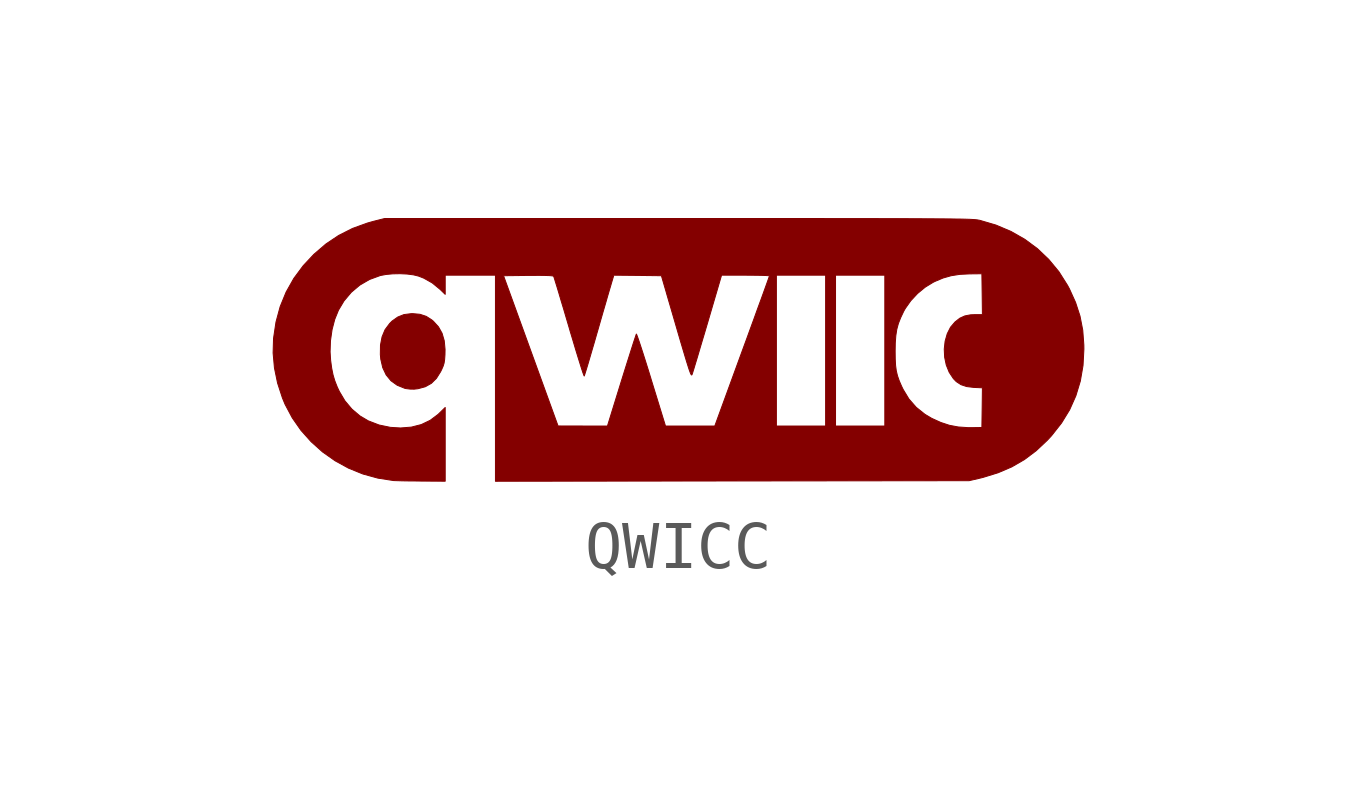
<source format=kicad_sym>
(kicad_symbol_lib
  (version 20231120)
  (generator "kicad_symbol_editor")
  (generator_version "8.0")
  (symbol "QWICC"
    (pin_names
      (offset 1.016))
    (property "Reference" "G"
      (at 0 3.81 0)
      (effects (font (size 1.27 1.27)) (hide yes)))
    (symbol "QWICC_0_0"
      (polyline (pts (xy -5.433 -0.845) (xy -5.281 -0.804) (xy -5.154 -0.733) (xy -5.049 -0.629) (xy -4.961 -0.489) (xy -4.939 -0.444) (xy -4.908 -0.373) (xy -4.889 -0.31) (xy -4.878 -0.236) (xy -4.871 -0.138) (xy -4.869 -0.027) (xy -4.886 0.154) (xy -4.931 0.309) (xy -5.006 0.443) (xy -5.112 0.56) (xy -5.143 0.586) (xy -5.261 0.662) (xy -5.391 0.705) (xy -5.544 0.719) (xy -5.577 0.718) (xy -5.726 0.699) (xy -5.854 0.648) (xy -5.971 0.565) (xy -6.024 0.512) (xy -6.119 0.384) (xy -6.181 0.236) (xy -6.214 0.065) (xy -6.217 -0.133) (xy -6.208 -0.23) (xy -6.167 -0.407) (xy -6.096 -0.557) (xy -5.996 -0.679) (xy -5.867 -0.772) (xy -5.71 -0.836) (xy -5.684 -0.842) (xy -5.596 -0.853) (xy -5.511 -0.854) (xy -5.433 -0.845)) (stroke (width 0.01) (type default)) (fill (type outline)))
      (polyline (pts (xy 1.114 -2.767) (xy 6.047 -2.761) (xy 6.246 -2.715) (xy 6.337 -2.693) (xy 6.651 -2.596) (xy 6.936 -2.474) (xy 7.199 -2.322) (xy 7.444 -2.138) (xy 7.676 -1.92) (xy 7.765 -1.824) (xy 7.973 -1.56) (xy 8.142 -1.284) (xy 8.272 -0.992) (xy 8.365 -0.685) (xy 8.421 -0.361) (xy 8.439 -0.02) (xy 8.438 0.066) (xy 8.415 0.375) (xy 8.358 0.668) (xy 8.266 0.951) (xy 8.138 1.234) (xy 8.097 1.31) (xy 7.918 1.593) (xy 7.708 1.847) (xy 7.471 2.073) (xy 7.207 2.268) (xy 6.919 2.432) (xy 6.607 2.564) (xy 6.273 2.662) (xy 6.259 2.665) (xy 6.24 2.668) (xy 6.219 2.672) (xy 6.193 2.675) (xy 6.162 2.678) (xy 6.123 2.68) (xy 6.075 2.683) (xy 6.018 2.685) (xy 5.949 2.687) (xy 5.867 2.689) (xy 5.771 2.69) (xy 5.659 2.692) (xy 5.53 2.693) (xy 5.382 2.694) (xy 5.215 2.695) (xy 5.026 2.696) (xy 4.815 2.697) (xy 4.579 2.698) (xy 4.318 2.698) (xy 4.03 2.699) (xy 3.713 2.699) (xy 3.367 2.699) (xy 2.989 2.7) (xy 2.579 2.7) (xy 2.135 2.7) (xy 1.655 2.7) (xy 1.139 2.7) (xy 0.584 2.7) (xy -0.01 2.7) (xy -6.129 2.7) (xy -6.351 2.644) (xy -6.484 2.607) (xy -6.796 2.494) (xy -7.085 2.348) (xy -7.352 2.169) (xy -7.602 1.954) (xy -7.823 1.718) (xy -8.02 1.452) (xy -8.18 1.168) (xy -8.304 0.865) (xy -8.391 0.544) (xy -8.442 0.203) (xy -8.451 -0.1) (xy -8.423 -0.412) (xy -8.358 -0.727) (xy -8.257 -1.037) (xy -8.202 -1.17) (xy -8.052 -1.452) (xy -7.87 -1.713) (xy -7.658 -1.95) (xy -7.42 -2.163) (xy -7.159 -2.347) (xy -6.878 -2.501) (xy -6.58 -2.622) (xy -6.267 -2.708) (xy -5.944 -2.758) (xy -5.922 -2.759) (xy -5.857 -2.761) (xy -5.761 -2.764) (xy -5.643 -2.766) (xy -5.508 -2.767) (xy -5.364 -2.769) (xy -4.866 -2.772) (xy -4.866 -2.004) (xy -4.866 -1.236) (xy -4.988 -1.355) (xy -5.014 -1.38) (xy -5.178 -1.503) (xy -5.364 -1.592) (xy -5.571 -1.645) (xy -5.796 -1.663) (xy -6.009 -1.65) (xy -6.244 -1.601) (xy -6.468 -1.515) (xy -6.642 -1.412) (xy -6.81 -1.27) (xy -6.955 -1.098) (xy -7.071 -0.903) (xy -7.116 -0.807) (xy -7.166 -0.68) (xy -7.203 -0.555) (xy -7.231 -0.417) (xy -7.253 -0.252) (xy -7.264 -0.077) (xy -7.256 0.155) (xy -7.223 0.385) (xy -7.167 0.6) (xy -7.09 0.79) (xy -6.974 0.984) (xy -6.822 1.164) (xy -6.645 1.313) (xy -6.444 1.43) (xy -6.22 1.512) (xy -6.217 1.513) (xy -6.099 1.535) (xy -5.959 1.548) (xy -5.808 1.551) (xy -5.66 1.544) (xy -5.527 1.527) (xy -5.421 1.501) (xy -5.312 1.458) (xy -5.135 1.358) (xy -4.974 1.226) (xy -4.866 1.121) (xy -4.866 1.32) (xy -4.866 1.52) (xy -4.343 1.52) (xy -3.819 1.52) (xy -3.819 1.509) (xy -3.651 1.509) (xy -3.136 1.515) (xy -3.073 1.515) (xy -2.905 1.516) (xy -2.776 1.514) (xy -2.685 1.511) (xy -2.629 1.505) (xy -2.607 1.498) (xy -2.605 1.493) (xy -2.592 1.454) (xy -2.57 1.382) (xy -2.538 1.279) (xy -2.499 1.15) (xy -2.454 0.997) (xy -2.402 0.826) (xy -2.347 0.639) (xy -2.288 0.44) (xy -2.263 0.353) (xy -2.205 0.161) (xy -2.152 -0.017) (xy -2.103 -0.177) (xy -2.06 -0.315) (xy -2.025 -0.428) (xy -1.997 -0.512) (xy -1.978 -0.564) (xy -1.97 -0.58) (xy -1.965 -0.568) (xy -1.95 -0.52) (xy -1.925 -0.44) (xy -1.892 -0.331) (xy -1.853 -0.198) (xy -1.808 -0.044) (xy -1.758 0.126) (xy -1.706 0.308) (xy -1.675 0.414) (xy -1.622 0.6) (xy -1.571 0.777) (xy -1.523 0.941) (xy -1.482 1.084) (xy -1.447 1.204) (xy -1.42 1.294) (xy -1.404 1.35) (xy -1.353 1.52) (xy -0.857 1.515) (xy -0.362 1.509) (xy -0.263 1.17) (xy -0.246 1.11) (xy -0.159 0.813) (xy -0.083 0.552) (xy -0.017 0.325) (xy 0.04 0.13) (xy 0.089 -0.034) (xy 0.13 -0.172) (xy 0.164 -0.284) (xy 0.192 -0.373) (xy 0.214 -0.442) (xy 0.232 -0.492) (xy 0.245 -0.527) (xy 0.256 -0.548) (xy 0.263 -0.558) (xy 0.269 -0.559) (xy 0.274 -0.553) (xy 0.279 -0.543) (xy 0.28 -0.539) (xy 0.293 -0.499) (xy 0.316 -0.425) (xy 0.347 -0.321) (xy 0.387 -0.19) (xy 0.432 -0.037) (xy 0.483 0.135) (xy 0.539 0.322) (xy 0.597 0.518) (xy 0.891 1.52) (xy 1.39 1.52) (xy 1.492 1.519) (xy 1.62 1.518) (xy 1.729 1.516) (xy 1.814 1.513) (xy 1.869 1.51) (xy 1.889 1.506) (xy 1.888 1.502) (xy 1.875 1.465) (xy 1.85 1.394) (xy 1.813 1.291) (xy 1.766 1.16) (xy 1.709 1.003) (xy 1.643 0.824) (xy 1.571 0.624) (xy 1.492 0.408) (xy 1.408 0.177) (xy 1.319 -0.065) (xy 0.75 -1.622) (xy 2.033 -1.622) (xy 2.033 -0.051) (xy 2.033 1.52) (xy 2.546 1.52) (xy 3.059 1.52) (xy 3.059 -0.051) (xy 3.059 -1.622) (xy 3.265 -1.622) (xy 3.265 -0.051) (xy 3.265 1.52) (xy 3.778 1.52) (xy 4.292 1.52) (xy 4.292 -0.051) (xy 4.292 -0.062) (xy 4.507 -0.062) (xy 4.51 0.109) (xy 4.521 0.26) (xy 4.541 0.39) (xy 4.574 0.512) (xy 4.622 0.634) (xy 4.686 0.769) (xy 4.719 0.827) (xy 4.833 0.988) (xy 4.974 1.139) (xy 5.133 1.27) (xy 5.298 1.371) (xy 5.334 1.389) (xy 5.505 1.461) (xy 5.674 1.509) (xy 5.853 1.537) (xy 6.057 1.547) (xy 6.314 1.55) (xy 6.32 1.124) (xy 6.325 0.698) (xy 6.166 0.698) (xy 6.076 0.694) (xy 5.958 0.671) (xy 5.855 0.624) (xy 5.756 0.547) (xy 5.661 0.436) (xy 5.592 0.299) (xy 5.548 0.144) (xy 5.53 -0.02) (xy 5.538 -0.188) (xy 5.572 -0.351) (xy 5.633 -0.502) (xy 5.72 -0.634) (xy 5.781 -0.697) (xy 5.879 -0.761) (xy 5.997 -0.8) (xy 6.144 -0.818) (xy 6.325 -0.826) (xy 6.32 -1.24) (xy 6.314 -1.653) (xy 6.119 -1.656) (xy 6.024 -1.656) (xy 5.821 -1.642) (xy 5.636 -1.607) (xy 5.457 -1.548) (xy 5.268 -1.462) (xy 5.127 -1.378) (xy 4.946 -1.233) (xy 4.794 -1.059) (xy 4.673 -0.859) (xy 4.642 -0.795) (xy 4.592 -0.68) (xy 4.556 -0.577) (xy 4.531 -0.473) (xy 4.516 -0.36) (xy 4.509 -0.226) (xy 4.507 -0.062) (xy 4.292 -0.062) (xy 4.292 -1.622) (xy 3.778 -1.622) (xy 3.265 -1.622) (xy 3.059 -1.622) (xy 2.546 -1.622) (xy 2.033 -1.622) (xy 0.75 -1.622) (xy 0.236 -1.622) (xy -0.277 -1.622) (xy -0.574 -0.657) (xy -0.583 -0.626) (xy -0.641 -0.438) (xy -0.696 -0.263) (xy -0.746 -0.106) (xy -0.79 0.03) (xy -0.827 0.142) (xy -0.856 0.226) (xy -0.875 0.277) (xy -0.884 0.293) (xy -0.884 0.293) (xy -0.893 0.268) (xy -0.913 0.208) (xy -0.943 0.117) (xy -0.981 -0.002) (xy -1.026 -0.144) (xy -1.077 -0.305) (xy -1.133 -0.483) (xy -1.192 -0.672) (xy -1.486 -1.622) (xy -2.001 -1.622) (xy -2.515 -1.621) (xy -3.083 -0.056) (xy -3.651 1.509) (xy -3.819 1.509) (xy -3.819 -0.627) (xy -3.819 -2.773) (xy 1.114 -2.767)) (stroke (width 0.01) (type default)) (fill (type outline))))))
</source>
